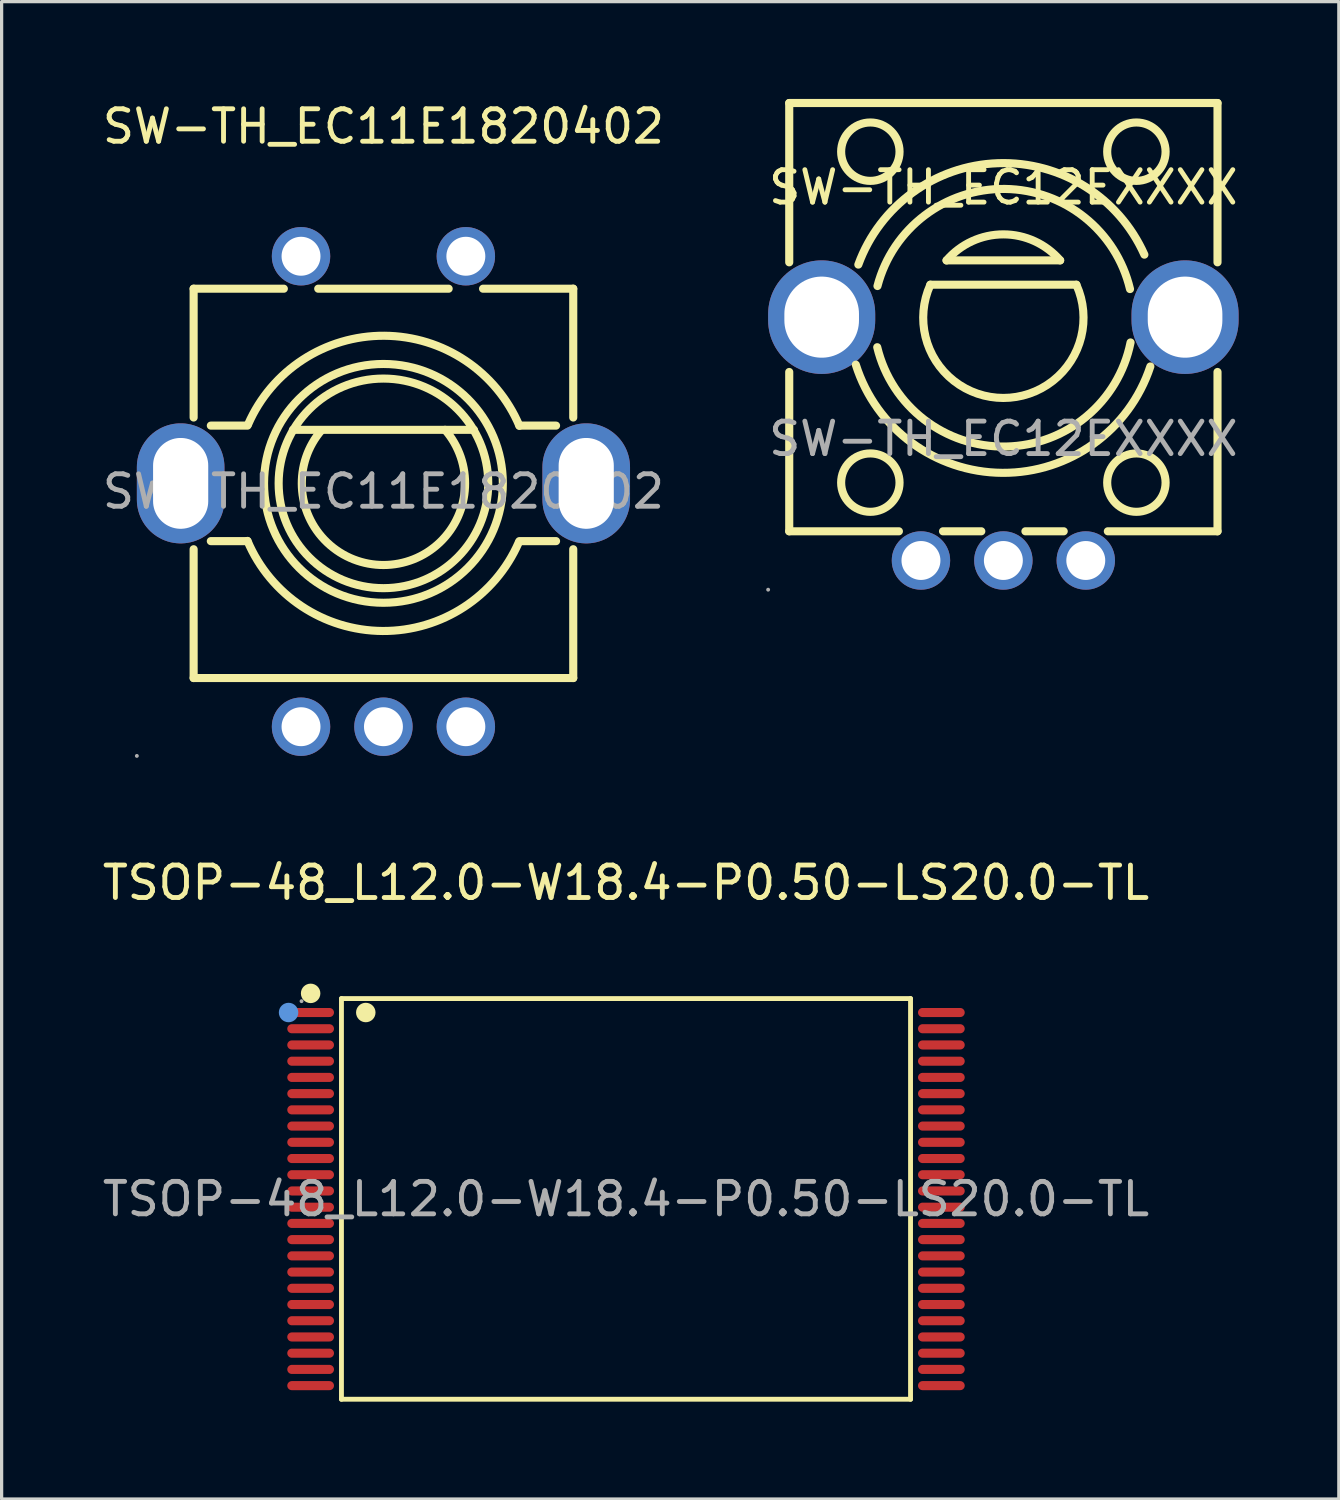
<source format=kicad_pcb>
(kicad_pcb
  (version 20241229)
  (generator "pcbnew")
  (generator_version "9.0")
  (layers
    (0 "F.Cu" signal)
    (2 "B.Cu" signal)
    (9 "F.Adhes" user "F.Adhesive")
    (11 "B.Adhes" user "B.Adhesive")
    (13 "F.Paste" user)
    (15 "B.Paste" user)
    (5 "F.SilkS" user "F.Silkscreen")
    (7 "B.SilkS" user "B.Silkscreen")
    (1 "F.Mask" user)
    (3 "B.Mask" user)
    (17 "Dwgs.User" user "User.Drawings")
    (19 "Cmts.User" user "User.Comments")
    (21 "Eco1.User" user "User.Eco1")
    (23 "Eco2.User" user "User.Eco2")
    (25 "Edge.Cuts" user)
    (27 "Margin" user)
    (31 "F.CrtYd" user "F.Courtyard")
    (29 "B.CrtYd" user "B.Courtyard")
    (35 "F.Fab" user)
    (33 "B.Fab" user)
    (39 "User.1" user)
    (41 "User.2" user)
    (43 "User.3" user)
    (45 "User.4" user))
  (footprint "SW-TH_EC12EXXXX"
    (layer "F.Cu")
    (at 27.875 10.475)
    (property "Reference" "SW-TH_EC12EXXXX" (at 0 -7.75 0) (layer "F.SilkS") (effects (font (size 1 1) (thickness 0.15))))
    (attr through_hole)
    (fp_line (start -6.6 -10.35) (end -6.6 -5.44) (stroke (width 0.25) (type solid)) (layer "F.SilkS"))
    (fp_line (start -6.6 -10.35) (end 6.6 -10.35) (stroke (width 0.25) (type solid)) (layer "F.SilkS"))
    (fp_line (start -6.6 -2.06) (end -6.6 2.85) (stroke (width 0.25) (type solid)) (layer "F.SilkS"))
    (fp_line (start -3.22 2.85) (end -6.6 2.85) (stroke (width 0.25) (type solid)) (layer "F.SilkS"))
    (fp_line (start -2.25 -4.75) (end 2.25 -4.75) (stroke (width 0.25) (type solid)) (layer "F.SilkS"))
    (fp_line (start -1.75 -5.5) (end 1.75 -5.5) (stroke (width 0.25) (type solid)) (layer "F.SilkS"))
    (fp_line (start -0.68 2.85) (end -1.86 2.85) (stroke (width 0.25) (type solid)) (layer "F.SilkS"))
    (fp_line (start 1.86 2.85) (end 0.68 2.85) (stroke (width 0.25) (type solid)) (layer "F.SilkS"))
    (fp_line (start 6.6 -10.35) (end 6.6 -5.44) (stroke (width 0.25) (type solid)) (layer "F.SilkS"))
    (fp_line (start 6.6 -2.06) (end 6.6 2.85) (stroke (width 0.25) (type solid)) (layer "F.SilkS"))
    (fp_line (start 6.6 2.85) (end 3.22 2.85) (stroke (width 0.25) (type solid)) (layer "F.SilkS"))
    (fp_arc (start -4.47 -5.37) (mid -0.165256 -8.495049) (end 4.346054 -5.676392) (stroke (width 0.25) (type solid)) (layer "F.SilkS"))
    (fp_arc (start -3.88 -4.71) (mid 0.048594 -7.701538) (end 3.90357 -4.615713) (stroke (width 0.25) (type solid)) (layer "F.SilkS"))
    (fp_arc (start -1.75208 -5.497586) (mid -0.001593 -6.301406) (end 1.75 -5.5) (stroke (width 0.25) (type solid)) (layer "F.SilkS"))
    (fp_arc (start 2.25076 -4.748321) (mid -0.000921 -1.259596) (end -2.25 -4.75) (stroke (width 0.25) (type solid)) (layer "F.SilkS"))
    (fp_arc (start 3.92 -2.97) (mid 0.075076 0.238107) (end -3.887578 -2.82339) (stroke (width 0.25) (type solid)) (layer "F.SilkS"))
    (fp_arc (start 4.53 -2.23) (mid -0.028879 1.048665) (end -4.547714 -2.284975) (stroke (width 0.25) (type solid)) (layer "F.SilkS"))
    (fp_circle (center -4.1 -8.85) (end -3.2 -8.85) (stroke (width 0.25) (type solid)) (fill no) (layer "F.SilkS"))
    (fp_circle (center -4.1 1.35) (end -3.2 1.35) (stroke (width 0.25) (type solid)) (fill no) (layer "F.SilkS"))
    (fp_circle (center 4.1 -8.85) (end 5 -8.85) (stroke (width 0.25) (type solid)) (fill no) (layer "F.SilkS"))
    (fp_circle (center 4.1 1.35) (end 5 1.35) (stroke (width 0.25) (type solid)) (fill no) (layer "F.SilkS"))
    (fp_circle (center -7.25 4.65) (end -7.22 4.65) (stroke (width 0.06) (type solid)) (fill no) (layer "F.Fab"))
    (fp_circle (center -2.54 3.75) (end -2.29 3.75) (stroke (width 0.5) (type solid)) (fill no) (layer "F.Fab"))
    (fp_circle (center 0 3.75) (end 0.25 3.75) (stroke (width 0.5) (type solid)) (fill no) (layer "F.Fab"))
    (fp_circle (center 2.54 3.75) (end 2.79 3.75) (stroke (width 0.5) (type solid)) (fill no) (layer "F.Fab"))
    (fp_text user "${REFERENCE}" (at 0 0 0) (layer "F.Fab") (effects (font (size 1 1) (thickness 0.15))))
    (pad "A" thru_hole circle (at -2.54 3.75) (size 1.8 1.8) (drill 1.2) (layers "*.Cu" "*.Mask"))
    (pad "B" thru_hole circle (at 2.54 3.75) (size 1.8 1.8) (drill 1.2) (layers "*.Cu" "*.Mask"))
    (pad "C" thru_hole circle (at 0 3.75) (size 1.8 1.8) (drill 1.2) (layers "*.Cu" "*.Mask"))
    (pad "D" thru_hole oval (at 5.6 -3.75 90) (size 3.5 3.3) (drill oval 2.5 2.3) (layers "*.Cu" "*.Mask"))
    (pad "E" thru_hole oval (at -5.6 -3.75 90) (size 3.5 3.3) (drill oval 2.5 2.3) (layers "*.Cu" "*.Mask")))
  (footprint "SW-TH_EC11E1820402"
    (layer "F.Cu")
    (at 8.768 12.098)
    (property "Reference" "SW-TH_EC11E1820402" (at 0 -11.25 0) (layer "F.SilkS") (effects (font (size 1 1) (thickness 0.15))))
    (attr through_hole)
    (fp_line (start -5.85 -6.25) (end -5.85 -2.28) (stroke (width 0.25) (type solid)) (layer "F.SilkS"))
    (fp_line (start -5.85 -6.25) (end -3.07 -6.25) (stroke (width 0.25) (type solid)) (layer "F.SilkS"))
    (fp_line (start -5.85 1.78) (end -5.85 5.75) (stroke (width 0.25) (type solid)) (layer "F.SilkS"))
    (fp_line (start -4.19 -2.03) (end -5.32 -2.03) (stroke (width 0.25) (type solid)) (layer "F.SilkS"))
    (fp_line (start -4.19 1.53) (end -5.32 1.53) (stroke (width 0.25) (type solid)) (layer "F.SilkS"))
    (fp_line (start -2.79 -1.9) (end 2.79 -1.9) (stroke (width 0.25) (type solid)) (layer "F.SilkS"))
    (fp_line (start -2.01 -6.25) (end 2.01 -6.25) (stroke (width 0.25) (type solid)) (layer "F.SilkS"))
    (fp_line (start 3.07 -6.25) (end 5.85 -6.25) (stroke (width 0.25) (type solid)) (layer "F.SilkS"))
    (fp_line (start 4.19 -2.03) (end 5.32 -2.03) (stroke (width 0.25) (type solid)) (layer "F.SilkS"))
    (fp_line (start 4.19 1.53) (end 5.32 1.53) (stroke (width 0.25) (type solid)) (layer "F.SilkS"))
    (fp_line (start 5.85 -6.25) (end 5.85 -2.28) (stroke (width 0.25) (type solid)) (layer "F.SilkS"))
    (fp_line (start 5.85 1.78) (end 5.85 5.75) (stroke (width 0.25) (type solid)) (layer "F.SilkS"))
    (fp_line (start 5.85 5.75) (end -5.85 5.75) (stroke (width 0.25) (type solid)) (layer "F.SilkS"))
    (fp_arc (start -4.17 -2.07) (mid 0.024927 -4.7998) (end 4.189692 -2.0242) (stroke (width 0.25) (type solid)) (layer "F.SilkS"))
    (fp_arc (start 1.9 -1.9) (mid 0.00359 2.266443) (end -1.9047 -1.894572) (stroke (width 0.25) (type solid)) (layer "F.SilkS"))
    (fp_arc (start 4.17 1.57) (mid -0.024927 4.2998) (end -4.189692 1.5242) (stroke (width 0.25) (type solid)) (layer "F.SilkS"))
    (fp_circle (center 0 -0.25) (end 3.23 -0.25) (stroke (width 0.25) (type solid)) (fill no) (layer "F.SilkS"))
    (fp_circle (center 0 -0.25) (end 3.68 -0.25) (stroke (width 0.25) (type solid)) (fill no) (layer "F.SilkS"))
    (fp_circle (center -7.6 8.15) (end -7.57 8.15) (stroke (width 0.06) (type solid)) (fill no) (layer "F.Fab"))
    (fp_circle (center -2.54 -7.25) (end -2.29 -7.25) (stroke (width 0.5) (type solid)) (fill no) (layer "F.Fab"))
    (fp_circle (center -2.54 7.25) (end -2.29 7.25) (stroke (width 0.5) (type solid)) (fill no) (layer "F.Fab"))
    (fp_circle (center 0 7.25) (end 0.25 7.25) (stroke (width 0.5) (type solid)) (fill no) (layer "F.Fab"))
    (fp_circle (center 2.54 -7.25) (end 2.79 -7.25) (stroke (width 0.5) (type solid)) (fill no) (layer "F.Fab"))
    (fp_circle (center 2.54 7.25) (end 2.79 7.25) (stroke (width 0.5) (type solid)) (fill no) (layer "F.Fab"))
    (fp_text user "${REFERENCE}" (at 0 0 0) (layer "F.Fab") (effects (font (size 1 1) (thickness 0.15))))
    (pad "A" thru_hole circle (at -2.54 7.25) (size 1.8 1.8) (drill 1.2) (layers "*.Cu" "*.Mask"))
    (pad "B" thru_hole circle (at 2.54 7.25) (size 1.8 1.8) (drill 1.2) (layers "*.Cu" "*.Mask"))
    (pad "C" thru_hole circle (at 0 7.25) (size 1.8 1.8) (drill 1.2) (layers "*.Cu" "*.Mask"))
    (pad "D" thru_hole circle (at -2.54 -7.25) (size 1.8 1.8) (drill 1.2) (layers "*.Cu" "*.Mask"))
    (pad "E" thru_hole circle (at 2.54 -7.25) (size 1.8 1.8) (drill 1.2) (layers "*.Cu" "*.Mask"))
    (pad "F" thru_hole oval (at 6.25 -0.25 180) (size 2.7 3.7) (drill oval 1.7 2.8) (layers "*.Cu" "*.Mask"))
    (pad "G" thru_hole oval (at -6.25 -0.25 180) (size 2.7 3.7) (drill oval 1.7 2.8) (layers "*.Cu" "*.Mask")))
  (footprint "TSOP-48_L12.0-W18.4-P0.50-LS20.0-TL"
    (layer "F.Cu")
    (at 16.244 33.907)
    (property "Reference" "TSOP-48_L12.0-W18.4-P0.50-LS20.0-TL" (at 0 -9.75 0) (layer "F.SilkS") (effects (font (size 1 1) (thickness 0.15))))
    (attr smd)
    (fp_line (start -8.77 -6.18) (end 8.77 -6.18) (stroke (width 0.15) (type solid)) (layer "F.SilkS"))
    (fp_line (start -8.77 6.17) (end -8.77 -6.18) (stroke (width 0.15) (type solid)) (layer "F.SilkS"))
    (fp_line (start 8.77 -6.18) (end 8.77 6.17) (stroke (width 0.15) (type solid)) (layer "F.SilkS"))
    (fp_line (start 8.77 6.17) (end -8.77 6.17) (stroke (width 0.15) (type solid)) (layer "F.SilkS"))
    (fp_circle (center -9.72 -6.34) (end -9.57 -6.34) (stroke (width 0.3) (type solid)) (fill no) (layer "F.SilkS"))
    (fp_circle (center -8.02 -5.75) (end -7.87 -5.75) (stroke (width 0.3) (type solid)) (fill no) (layer "F.SilkS"))
    (fp_circle (center -10.4 -5.75) (end -10.25 -5.75) (stroke (width 0.3) (type solid)) (fill no) (layer "Cmts.User"))
    (fp_circle (center -10 -6.1) (end -9.97 -6.1) (stroke (width 0.06) (type solid)) (fill no) (layer "F.Fab"))
    (fp_text user "${REFERENCE}" (at 0 0 0) (layer "F.Fab") (effects (font (size 1 1) (thickness 0.15))))
    (pad "1" smd oval (at -9.72 -5.75 270) (size 0.28 1.44) (layers "F.Cu" "F.Mask" "F.Paste"))
    (pad "2" smd oval (at -9.72 -5.25 270) (size 0.28 1.44) (layers "F.Cu" "F.Mask" "F.Paste"))
    (pad "3" smd oval (at -9.72 -4.75 270) (size 0.28 1.44) (layers "F.Cu" "F.Mask" "F.Paste"))
    (pad "4" smd oval (at -9.72 -4.25 270) (size 0.28 1.44) (layers "F.Cu" "F.Mask" "F.Paste"))
    (pad "5" smd oval (at -9.72 -3.75 270) (size 0.28 1.44) (layers "F.Cu" "F.Mask" "F.Paste"))
    (pad "6" smd oval (at -9.72 -3.25 270) (size 0.28 1.44) (layers "F.Cu" "F.Mask" "F.Paste"))
    (pad "7" smd oval (at -9.72 -2.75 270) (size 0.28 1.44) (layers "F.Cu" "F.Mask" "F.Paste"))
    (pad "8" smd oval (at -9.72 -2.25 270) (size 0.28 1.44) (layers "F.Cu" "F.Mask" "F.Paste"))
    (pad "9" smd oval (at -9.72 -1.75 270) (size 0.28 1.44) (layers "F.Cu" "F.Mask" "F.Paste"))
    (pad "10" smd oval (at -9.72 -1.25 270) (size 0.28 1.44) (layers "F.Cu" "F.Mask" "F.Paste"))
    (pad "11" smd oval (at -9.72 -0.75 270) (size 0.28 1.44) (layers "F.Cu" "F.Mask" "F.Paste"))
    (pad "12" smd oval (at -9.72 -0.25 270) (size 0.28 1.44) (layers "F.Cu" "F.Mask" "F.Paste"))
    (pad "13" smd oval (at -9.72 0.25 270) (size 0.28 1.44) (layers "F.Cu" "F.Mask" "F.Paste"))
    (pad "14" smd oval (at -9.72 0.75 270) (size 0.28 1.44) (layers "F.Cu" "F.Mask" "F.Paste"))
    (pad "15" smd oval (at -9.72 1.25 270) (size 0.28 1.44) (layers "F.Cu" "F.Mask" "F.Paste"))
    (pad "16" smd oval (at -9.72 1.75 270) (size 0.28 1.44) (layers "F.Cu" "F.Mask" "F.Paste"))
    (pad "17" smd oval (at -9.72 2.25 270) (size 0.28 1.44) (layers "F.Cu" "F.Mask" "F.Paste"))
    (pad "18" smd oval (at -9.72 2.75 270) (size 0.28 1.44) (layers "F.Cu" "F.Mask" "F.Paste"))
    (pad "19" smd oval (at -9.72 3.25 270) (size 0.28 1.44) (layers "F.Cu" "F.Mask" "F.Paste"))
    (pad "20" smd oval (at -9.72 3.75 270) (size 0.28 1.44) (layers "F.Cu" "F.Mask" "F.Paste"))
    (pad "21" smd oval (at -9.72 4.25 270) (size 0.28 1.44) (layers "F.Cu" "F.Mask" "F.Paste"))
    (pad "22" smd oval (at -9.72 4.75 270) (size 0.28 1.44) (layers "F.Cu" "F.Mask" "F.Paste"))
    (pad "23" smd oval (at -9.72 5.25 270) (size 0.28 1.44) (layers "F.Cu" "F.Mask" "F.Paste"))
    (pad "24" smd oval (at -9.72 5.75 270) (size 0.28 1.44) (layers "F.Cu" "F.Mask" "F.Paste"))
    (pad "25" smd oval (at 9.72 5.75 270) (size 0.28 1.44) (layers "F.Cu" "F.Mask" "F.Paste"))
    (pad "26" smd oval (at 9.72 5.25 270) (size 0.28 1.44) (layers "F.Cu" "F.Mask" "F.Paste"))
    (pad "27" smd oval (at 9.72 4.75 270) (size 0.28 1.44) (layers "F.Cu" "F.Mask" "F.Paste"))
    (pad "28" smd oval (at 9.72 4.25 270) (size 0.28 1.44) (layers "F.Cu" "F.Mask" "F.Paste"))
    (pad "29" smd oval (at 9.72 3.75 270) (size 0.28 1.44) (layers "F.Cu" "F.Mask" "F.Paste"))
    (pad "30" smd oval (at 9.72 3.25 270) (size 0.28 1.44) (layers "F.Cu" "F.Mask" "F.Paste"))
    (pad "31" smd oval (at 9.72 2.75 270) (size 0.28 1.44) (layers "F.Cu" "F.Mask" "F.Paste"))
    (pad "32" smd oval (at 9.72 2.25 270) (size 0.28 1.44) (layers "F.Cu" "F.Mask" "F.Paste"))
    (pad "33" smd oval (at 9.72 1.75 270) (size 0.28 1.44) (layers "F.Cu" "F.Mask" "F.Paste"))
    (pad "34" smd oval (at 9.72 1.25 270) (size 0.28 1.44) (layers "F.Cu" "F.Mask" "F.Paste"))
    (pad "35" smd oval (at 9.72 0.75 270) (size 0.28 1.44) (layers "F.Cu" "F.Mask" "F.Paste"))
    (pad "36" smd oval (at 9.72 0.25 270) (size 0.28 1.44) (layers "F.Cu" "F.Mask" "F.Paste"))
    (pad "37" smd oval (at 9.72 -0.25 270) (size 0.28 1.44) (layers "F.Cu" "F.Mask" "F.Paste"))
    (pad "38" smd oval (at 9.72 -0.75 270) (size 0.28 1.44) (layers "F.Cu" "F.Mask" "F.Paste"))
    (pad "39" smd oval (at 9.72 -1.25 270) (size 0.28 1.44) (layers "F.Cu" "F.Mask" "F.Paste"))
    (pad "40" smd oval (at 9.72 -1.75 270) (size 0.28 1.44) (layers "F.Cu" "F.Mask" "F.Paste"))
    (pad "41" smd oval (at 9.72 -2.25 270) (size 0.28 1.44) (layers "F.Cu" "F.Mask" "F.Paste"))
    (pad "42" smd oval (at 9.72 -2.75 270) (size 0.28 1.44) (layers "F.Cu" "F.Mask" "F.Paste"))
    (pad "43" smd oval (at 9.72 -3.25 270) (size 0.28 1.44) (layers "F.Cu" "F.Mask" "F.Paste"))
    (pad "44" smd oval (at 9.72 -3.75 270) (size 0.28 1.44) (layers "F.Cu" "F.Mask" "F.Paste"))
    (pad "45" smd oval (at 9.72 -4.25 270) (size 0.28 1.44) (layers "F.Cu" "F.Mask" "F.Paste"))
    (pad "46" smd oval (at 9.72 -4.75 270) (size 0.28 1.44) (layers "F.Cu" "F.Mask" "F.Paste"))
    (pad "47" smd oval (at 9.72 -5.25 270) (size 0.28 1.44) (layers "F.Cu" "F.Mask" "F.Paste"))
    (pad "48" smd oval (at 9.72 -5.75 270) (size 0.28 1.44) (layers "F.Cu" "F.Mask" "F.Paste")))
  (gr_rect
    (start -3 -3)
    (end 38.214 43.151)
    (stroke (width 0.1) (type default))
    (fill no)
    (layer "Edge.Cuts")))
</source>
